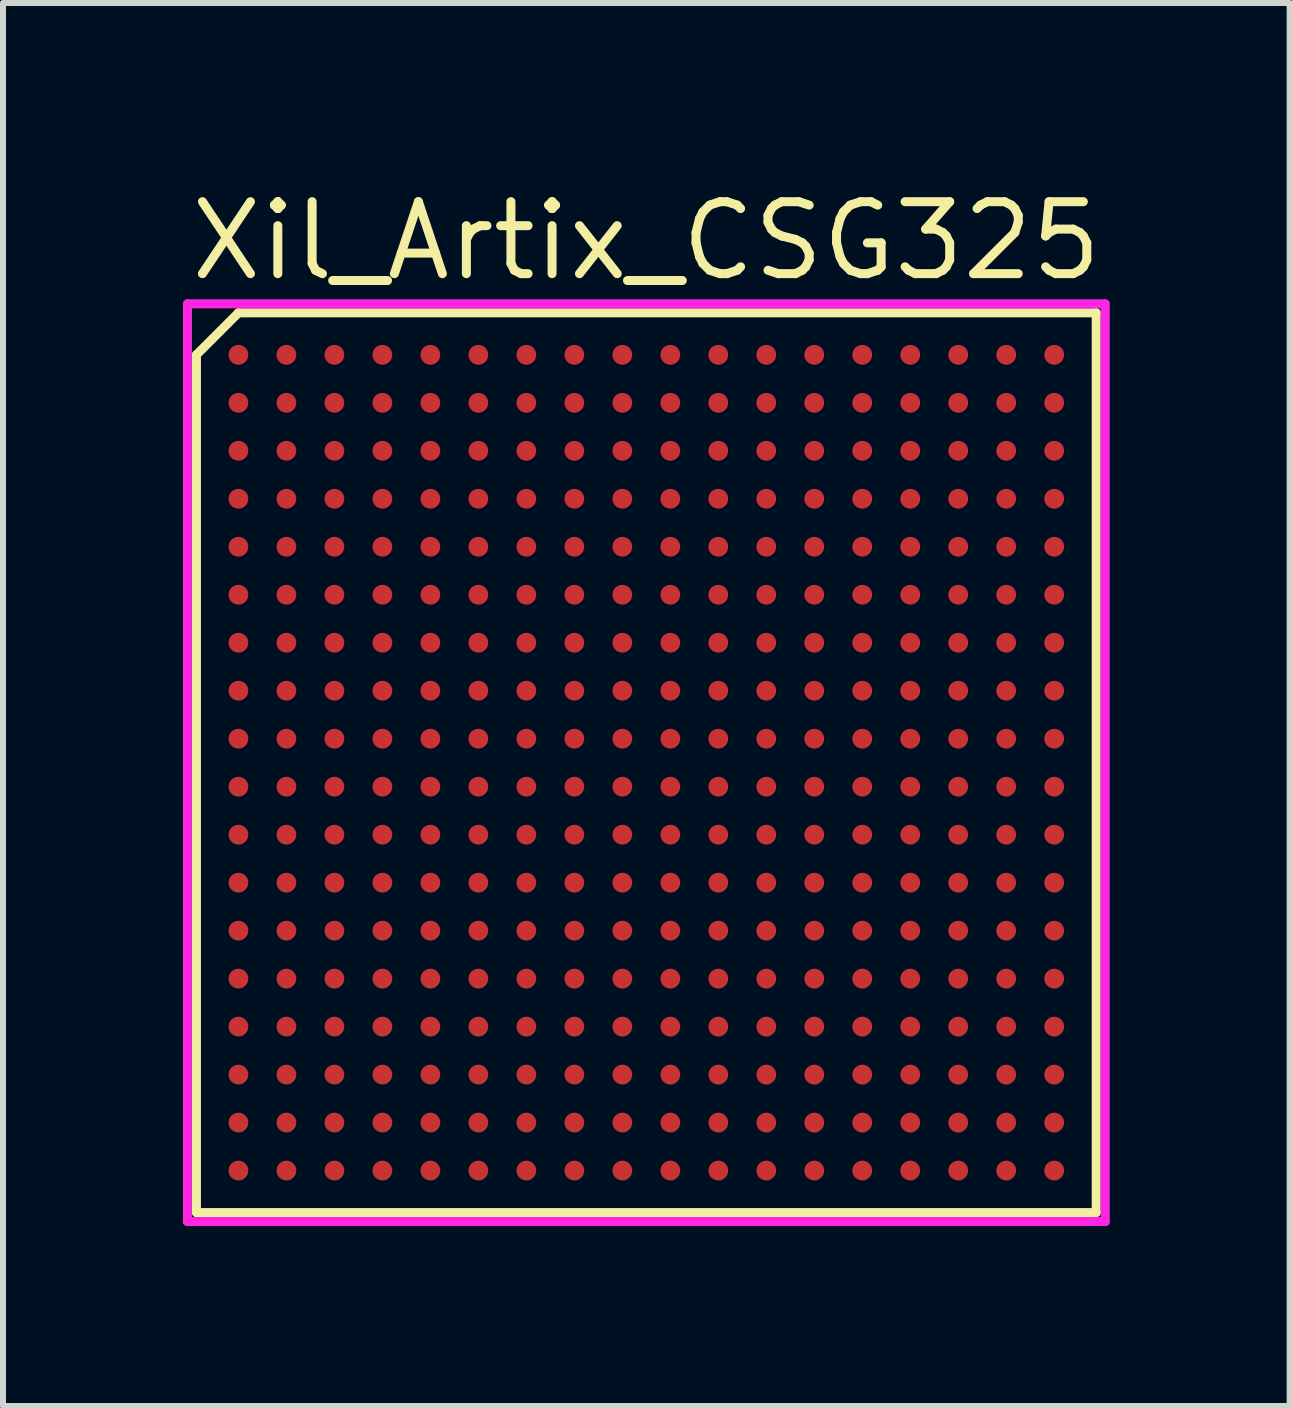
<source format=kicad_pcb>
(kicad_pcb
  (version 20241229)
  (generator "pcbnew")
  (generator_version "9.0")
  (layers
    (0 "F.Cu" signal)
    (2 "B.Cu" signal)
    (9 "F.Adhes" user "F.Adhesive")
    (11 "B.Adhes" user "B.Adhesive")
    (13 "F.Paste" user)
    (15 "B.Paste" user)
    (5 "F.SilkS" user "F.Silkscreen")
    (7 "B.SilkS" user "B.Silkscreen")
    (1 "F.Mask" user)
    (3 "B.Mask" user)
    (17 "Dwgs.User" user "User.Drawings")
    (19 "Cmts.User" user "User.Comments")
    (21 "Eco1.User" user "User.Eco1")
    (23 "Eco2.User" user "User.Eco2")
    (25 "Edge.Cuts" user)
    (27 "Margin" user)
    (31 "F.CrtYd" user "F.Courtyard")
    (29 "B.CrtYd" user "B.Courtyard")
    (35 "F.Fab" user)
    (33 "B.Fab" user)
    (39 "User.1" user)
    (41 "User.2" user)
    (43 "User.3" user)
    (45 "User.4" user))
  (footprint "Xil_Artix_CSG325"
    (layer "F.Cu")
    (at 7.725 9.665)
    (property "Reference" "Xil_Artix_CSG325" (at 0 -8.7 0) (layer "F.SilkS") (effects (font (size 1.2 1.2) (thickness 0.15))))
    (attr through_hole)
    (fp_line (start -7.5 -6.8) (end -7.5 7.5) (stroke (width 0.15) (type solid)) (layer "F.SilkS"))
    (fp_line (start -7.5 7.5) (end 7.5 7.5) (stroke (width 0.15) (type solid)) (layer "F.SilkS"))
    (fp_line (start -6.8 -7.5) (end -7.5 -6.8) (stroke (width 0.15) (type solid)) (layer "F.SilkS"))
    (fp_line (start 7.5 -7.5) (end -6.8 -7.5) (stroke (width 0.15) (type solid)) (layer "F.SilkS"))
    (fp_line (start 7.5 7.5) (end 7.5 -7.5) (stroke (width 0.15) (type solid)) (layer "F.SilkS"))
    (fp_line (start -7.65 -7.65) (end 7.65 -7.65) (stroke (width 0.15) (type solid)) (layer "F.CrtYd"))
    (fp_line (start -7.65 7.65) (end -7.65 -7.65) (stroke (width 0.15) (type solid)) (layer "F.CrtYd"))
    (fp_line (start 7.65 -7.65) (end 7.65 7.65) (stroke (width 0.15) (type solid)) (layer "F.CrtYd"))
    (fp_line (start 7.65 7.65) (end -7.65 7.65) (stroke (width 0.15) (type solid)) (layer "F.CrtYd"))
    (pad "A1" smd circle (at -6.8 -6.8) (size 0.33 0.33) (layers "F.Cu" "F.Mask" "F.Paste"))
    (pad "A2" smd circle (at -6 -6.8) (size 0.33 0.33) (layers "F.Cu" "F.Mask" "F.Paste"))
    (pad "A3" smd circle (at -5.2 -6.8) (size 0.33 0.33) (layers "F.Cu" "F.Mask" "F.Paste"))
    (pad "A4" smd circle (at -4.4 -6.8) (size 0.33 0.33) (layers "F.Cu" "F.Mask" "F.Paste"))
    (pad "A5" smd circle (at -3.6 -6.8) (size 0.33 0.33) (layers "F.Cu" "F.Mask" "F.Paste"))
    (pad "A6" smd circle (at -2.8 -6.8) (size 0.33 0.33) (layers "F.Cu" "F.Mask" "F.Paste"))
    (pad "A7" smd circle (at -2 -6.8) (size 0.33 0.33) (layers "F.Cu" "F.Mask" "F.Paste"))
    (pad "A8" smd circle (at -1.2 -6.8) (size 0.33 0.33) (layers "F.Cu" "F.Mask" "F.Paste"))
    (pad "A9" smd circle (at -0.4 -6.8) (size 0.33 0.33) (layers "F.Cu" "F.Mask" "F.Paste"))
    (pad "A10" smd circle (at 0.4 -6.8) (size 0.33 0.33) (layers "F.Cu" "F.Mask" "F.Paste"))
    (pad "A11" smd circle (at 1.2 -6.8) (size 0.33 0.33) (layers "F.Cu" "F.Mask" "F.Paste"))
    (pad "A12" smd circle (at 2 -6.8) (size 0.33 0.33) (layers "F.Cu" "F.Mask" "F.Paste"))
    (pad "A13" smd circle (at 2.8 -6.8) (size 0.33 0.33) (layers "F.Cu" "F.Mask" "F.Paste"))
    (pad "A14" smd circle (at 3.6 -6.8) (size 0.33 0.33) (layers "F.Cu" "F.Mask" "F.Paste"))
    (pad "A15" smd circle (at 4.4 -6.8) (size 0.33 0.33) (layers "F.Cu" "F.Mask" "F.Paste"))
    (pad "A16" smd circle (at 5.2 -6.8) (size 0.33 0.33) (layers "F.Cu" "F.Mask" "F.Paste"))
    (pad "A17" smd circle (at 6 -6.8) (size 0.33 0.33) (layers "F.Cu" "F.Mask" "F.Paste"))
    (pad "A18" smd circle (at 6.8 -6.8) (size 0.33 0.33) (layers "F.Cu" "F.Mask" "F.Paste"))
    (pad "B1" smd circle (at -6.8 -6) (size 0.33 0.33) (layers "F.Cu" "F.Mask" "F.Paste"))
    (pad "B2" smd circle (at -6 -6) (size 0.33 0.33) (layers "F.Cu" "F.Mask" "F.Paste"))
    (pad "B3" smd circle (at -5.2 -6) (size 0.33 0.33) (layers "F.Cu" "F.Mask" "F.Paste"))
    (pad "B4" smd circle (at -4.4 -6) (size 0.33 0.33) (layers "F.Cu" "F.Mask" "F.Paste"))
    (pad "B5" smd circle (at -3.6 -6) (size 0.33 0.33) (layers "F.Cu" "F.Mask" "F.Paste"))
    (pad "B6" smd circle (at -2.8 -6) (size 0.33 0.33) (layers "F.Cu" "F.Mask" "F.Paste"))
    (pad "B7" smd circle (at -2 -6) (size 0.33 0.33) (layers "F.Cu" "F.Mask" "F.Paste"))
    (pad "B8" smd circle (at -1.2 -6) (size 0.33 0.33) (layers "F.Cu" "F.Mask" "F.Paste"))
    (pad "B9" smd circle (at -0.4 -6) (size 0.33 0.33) (layers "F.Cu" "F.Mask" "F.Paste"))
    (pad "B10" smd circle (at 0.4 -6) (size 0.33 0.33) (layers "F.Cu" "F.Mask" "F.Paste"))
    (pad "B11" smd circle (at 1.2 -6) (size 0.33 0.33) (layers "F.Cu" "F.Mask" "F.Paste"))
    (pad "B12" smd circle (at 2 -6) (size 0.33 0.33) (layers "F.Cu" "F.Mask" "F.Paste"))
    (pad "B13" smd circle (at 2.8 -6) (size 0.33 0.33) (layers "F.Cu" "F.Mask" "F.Paste"))
    (pad "B14" smd circle (at 3.6 -6) (size 0.33 0.33) (layers "F.Cu" "F.Mask" "F.Paste"))
    (pad "B15" smd circle (at 4.4 -6) (size 0.33 0.33) (layers "F.Cu" "F.Mask" "F.Paste"))
    (pad "B16" smd circle (at 5.2 -6) (size 0.33 0.33) (layers "F.Cu" "F.Mask" "F.Paste"))
    (pad "B17" smd circle (at 6 -6) (size 0.33 0.33) (layers "F.Cu" "F.Mask" "F.Paste"))
    (pad "B18" smd circle (at 6.8 -6) (size 0.33 0.33) (layers "F.Cu" "F.Mask" "F.Paste"))
    (pad "C1" smd circle (at -6.8 -5.2) (size 0.33 0.33) (layers "F.Cu" "F.Mask" "F.Paste"))
    (pad "C2" smd circle (at -6 -5.2) (size 0.33 0.33) (layers "F.Cu" "F.Mask" "F.Paste"))
    (pad "C3" smd circle (at -5.2 -5.2) (size 0.33 0.33) (layers "F.Cu" "F.Mask" "F.Paste"))
    (pad "C4" smd circle (at -4.4 -5.2) (size 0.33 0.33) (layers "F.Cu" "F.Mask" "F.Paste"))
    (pad "C5" smd circle (at -3.6 -5.2) (size 0.33 0.33) (layers "F.Cu" "F.Mask" "F.Paste"))
    (pad "C6" smd circle (at -2.8 -5.2) (size 0.33 0.33) (layers "F.Cu" "F.Mask" "F.Paste"))
    (pad "C7" smd circle (at -2 -5.2) (size 0.33 0.33) (layers "F.Cu" "F.Mask" "F.Paste"))
    (pad "C8" smd circle (at -1.2 -5.2) (size 0.33 0.33) (layers "F.Cu" "F.Mask" "F.Paste"))
    (pad "C9" smd circle (at -0.4 -5.2) (size 0.33 0.33) (layers "F.Cu" "F.Mask" "F.Paste"))
    (pad "C10" smd circle (at 0.4 -5.2) (size 0.33 0.33) (layers "F.Cu" "F.Mask" "F.Paste"))
    (pad "C11" smd circle (at 1.2 -5.2) (size 0.33 0.33) (layers "F.Cu" "F.Mask" "F.Paste"))
    (pad "C12" smd circle (at 2 -5.2) (size 0.33 0.33) (layers "F.Cu" "F.Mask" "F.Paste"))
    (pad "C13" smd circle (at 2.8 -5.2) (size 0.33 0.33) (layers "F.Cu" "F.Mask" "F.Paste"))
    (pad "C14" smd circle (at 3.6 -5.2) (size 0.33 0.33) (layers "F.Cu" "F.Mask" "F.Paste"))
    (pad "C15" smd circle (at 4.4 -5.2) (size 0.33 0.33) (layers "F.Cu" "F.Mask" "F.Paste"))
    (pad "C16" smd circle (at 5.2 -5.2) (size 0.33 0.33) (layers "F.Cu" "F.Mask" "F.Paste"))
    (pad "C17" smd circle (at 6 -5.2) (size 0.33 0.33) (layers "F.Cu" "F.Mask" "F.Paste"))
    (pad "C18" smd circle (at 6.8 -5.2) (size 0.33 0.33) (layers "F.Cu" "F.Mask" "F.Paste"))
    (pad "D1" smd circle (at -6.8 -4.4) (size 0.33 0.33) (layers "F.Cu" "F.Mask" "F.Paste"))
    (pad "D2" smd circle (at -6 -4.4) (size 0.33 0.33) (layers "F.Cu" "F.Mask" "F.Paste"))
    (pad "D3" smd circle (at -5.2 -4.4) (size 0.33 0.33) (layers "F.Cu" "F.Mask" "F.Paste"))
    (pad "D4" smd circle (at -4.4 -4.4) (size 0.33 0.33) (layers "F.Cu" "F.Mask" "F.Paste"))
    (pad "D5" smd circle (at -3.6 -4.4) (size 0.33 0.33) (layers "F.Cu" "F.Mask" "F.Paste"))
    (pad "D6" smd circle (at -2.8 -4.4) (size 0.33 0.33) (layers "F.Cu" "F.Mask" "F.Paste"))
    (pad "D7" smd circle (at -2 -4.4) (size 0.33 0.33) (layers "F.Cu" "F.Mask" "F.Paste"))
    (pad "D8" smd circle (at -1.2 -4.4) (size 0.33 0.33) (layers "F.Cu" "F.Mask" "F.Paste"))
    (pad "D9" smd circle (at -0.4 -4.4) (size 0.33 0.33) (layers "F.Cu" "F.Mask" "F.Paste"))
    (pad "D10" smd circle (at 0.4 -4.4) (size 0.33 0.33) (layers "F.Cu" "F.Mask" "F.Paste"))
    (pad "D11" smd circle (at 1.2 -4.4) (size 0.33 0.33) (layers "F.Cu" "F.Mask" "F.Paste"))
    (pad "D12" smd circle (at 2 -4.4) (size 0.33 0.33) (layers "F.Cu" "F.Mask" "F.Paste"))
    (pad "D13" smd circle (at 2.8 -4.4) (size 0.33 0.33) (layers "F.Cu" "F.Mask" "F.Paste"))
    (pad "D14" smd circle (at 3.6 -4.4) (size 0.33 0.33) (layers "F.Cu" "F.Mask" "F.Paste"))
    (pad "D15" smd circle (at 4.4 -4.4) (size 0.33 0.33) (layers "F.Cu" "F.Mask" "F.Paste"))
    (pad "D16" smd circle (at 5.2 -4.4) (size 0.33 0.33) (layers "F.Cu" "F.Mask" "F.Paste"))
    (pad "D17" smd circle (at 6 -4.4) (size 0.33 0.33) (layers "F.Cu" "F.Mask" "F.Paste"))
    (pad "D18" smd circle (at 6.8 -4.4) (size 0.33 0.33) (layers "F.Cu" "F.Mask" "F.Paste"))
    (pad "E1" smd circle (at -6.8 -3.6) (size 0.33 0.33) (layers "F.Cu" "F.Mask" "F.Paste"))
    (pad "E2" smd circle (at -6 -3.6) (size 0.33 0.33) (layers "F.Cu" "F.Mask" "F.Paste"))
    (pad "E3" smd circle (at -5.2 -3.6) (size 0.33 0.33) (layers "F.Cu" "F.Mask" "F.Paste"))
    (pad "E4" smd circle (at -4.4 -3.6) (size 0.33 0.33) (layers "F.Cu" "F.Mask" "F.Paste"))
    (pad "E5" smd circle (at -3.6 -3.6) (size 0.33 0.33) (layers "F.Cu" "F.Mask" "F.Paste"))
    (pad "E6" smd circle (at -2.8 -3.6) (size 0.33 0.33) (layers "F.Cu" "F.Mask" "F.Paste"))
    (pad "E7" smd circle (at -2 -3.6) (size 0.33 0.33) (layers "F.Cu" "F.Mask" "F.Paste"))
    (pad "E8" smd circle (at -1.2 -3.6) (size 0.33 0.33) (layers "F.Cu" "F.Mask" "F.Paste"))
    (pad "E9" smd circle (at -0.4 -3.6) (size 0.33 0.33) (layers "F.Cu" "F.Mask" "F.Paste"))
    (pad "E10" smd circle (at 0.4 -3.6) (size 0.33 0.33) (layers "F.Cu" "F.Mask" "F.Paste"))
    (pad "E11" smd circle (at 1.2 -3.6) (size 0.33 0.33) (layers "F.Cu" "F.Mask" "F.Paste"))
    (pad "E12" smd circle (at 2 -3.6) (size 0.33 0.33) (layers "F.Cu" "F.Mask" "F.Paste"))
    (pad "E13" smd circle (at 2.8 -3.6) (size 0.33 0.33) (layers "F.Cu" "F.Mask" "F.Paste"))
    (pad "E14" smd circle (at 3.6 -3.6) (size 0.33 0.33) (layers "F.Cu" "F.Mask" "F.Paste"))
    (pad "E15" smd circle (at 4.4 -3.6) (size 0.33 0.33) (layers "F.Cu" "F.Mask" "F.Paste"))
    (pad "E16" smd circle (at 5.2 -3.6) (size 0.33 0.33) (layers "F.Cu" "F.Mask" "F.Paste"))
    (pad "E17" smd circle (at 6 -3.6) (size 0.33 0.33) (layers "F.Cu" "F.Mask" "F.Paste"))
    (pad "E18" smd circle (at 6.8 -3.6) (size 0.33 0.33) (layers "F.Cu" "F.Mask" "F.Paste"))
    (pad "F1" smd circle (at -6.8 -2.8) (size 0.33 0.33) (layers "F.Cu" "F.Mask" "F.Paste"))
    (pad "F2" smd circle (at -6 -2.8) (size 0.33 0.33) (layers "F.Cu" "F.Mask" "F.Paste"))
    (pad "F3" smd circle (at -5.2 -2.8) (size 0.33 0.33) (layers "F.Cu" "F.Mask" "F.Paste"))
    (pad "F4" smd circle (at -4.4 -2.8) (size 0.33 0.33) (layers "F.Cu" "F.Mask" "F.Paste"))
    (pad "F5" smd circle (at -3.6 -2.8) (size 0.33 0.33) (layers "F.Cu" "F.Mask" "F.Paste"))
    (pad "F6" smd circle (at -2.8 -2.8) (size 0.33 0.33) (layers "F.Cu" "F.Mask" "F.Paste"))
    (pad "F7" smd circle (at -2 -2.8) (size 0.33 0.33) (layers "F.Cu" "F.Mask" "F.Paste"))
    (pad "F8" smd circle (at -1.2 -2.8) (size 0.33 0.33) (layers "F.Cu" "F.Mask" "F.Paste"))
    (pad "F9" smd circle (at -0.4 -2.8) (size 0.33 0.33) (layers "F.Cu" "F.Mask" "F.Paste"))
    (pad "F10" smd circle (at 0.4 -2.8) (size 0.33 0.33) (layers "F.Cu" "F.Mask" "F.Paste"))
    (pad "F11" smd circle (at 1.2 -2.8) (size 0.33 0.33) (layers "F.Cu" "F.Mask" "F.Paste"))
    (pad "F12" smd circle (at 2 -2.8) (size 0.33 0.33) (layers "F.Cu" "F.Mask" "F.Paste"))
    (pad "F13" smd circle (at 2.8 -2.8) (size 0.33 0.33) (layers "F.Cu" "F.Mask" "F.Paste"))
    (pad "F14" smd circle (at 3.6 -2.8) (size 0.33 0.33) (layers "F.Cu" "F.Mask" "F.Paste"))
    (pad "F15" smd circle (at 4.4 -2.8) (size 0.33 0.33) (layers "F.Cu" "F.Mask" "F.Paste"))
    (pad "F16" smd circle (at 5.2 -2.8) (size 0.33 0.33) (layers "F.Cu" "F.Mask" "F.Paste"))
    (pad "F17" smd circle (at 6 -2.8) (size 0.33 0.33) (layers "F.Cu" "F.Mask" "F.Paste"))
    (pad "F18" smd circle (at 6.8 -2.8) (size 0.33 0.33) (layers "F.Cu" "F.Mask" "F.Paste"))
    (pad "G1" smd circle (at -6.8 -2) (size 0.33 0.33) (layers "F.Cu" "F.Mask" "F.Paste"))
    (pad "G2" smd circle (at -6 -2) (size 0.33 0.33) (layers "F.Cu" "F.Mask" "F.Paste"))
    (pad "G3" smd circle (at -5.2 -2) (size 0.33 0.33) (layers "F.Cu" "F.Mask" "F.Paste"))
    (pad "G4" smd circle (at -4.4 -2) (size 0.33 0.33) (layers "F.Cu" "F.Mask" "F.Paste"))
    (pad "G5" smd circle (at -3.6 -2) (size 0.33 0.33) (layers "F.Cu" "F.Mask" "F.Paste"))
    (pad "G6" smd circle (at -2.8 -2) (size 0.33 0.33) (layers "F.Cu" "F.Mask" "F.Paste"))
    (pad "G7" smd circle (at -2 -2) (size 0.33 0.33) (layers "F.Cu" "F.Mask" "F.Paste"))
    (pad "G8" smd circle (at -1.2 -2) (size 0.33 0.33) (layers "F.Cu" "F.Mask" "F.Paste"))
    (pad "G9" smd circle (at -0.4 -2) (size 0.33 0.33) (layers "F.Cu" "F.Mask" "F.Paste"))
    (pad "G10" smd circle (at 0.4 -2) (size 0.33 0.33) (layers "F.Cu" "F.Mask" "F.Paste"))
    (pad "G11" smd circle (at 1.2 -2) (size 0.33 0.33) (layers "F.Cu" "F.Mask" "F.Paste"))
    (pad "G12" smd circle (at 2 -2) (size 0.33 0.33) (layers "F.Cu" "F.Mask" "F.Paste"))
    (pad "G13" smd circle (at 2.8 -2) (size 0.33 0.33) (layers "F.Cu" "F.Mask" "F.Paste"))
    (pad "G14" smd circle (at 3.6 -2) (size 0.33 0.33) (layers "F.Cu" "F.Mask" "F.Paste"))
    (pad "G15" smd circle (at 4.4 -2) (size 0.33 0.33) (layers "F.Cu" "F.Mask" "F.Paste"))
    (pad "G16" smd circle (at 5.2 -2) (size 0.33 0.33) (layers "F.Cu" "F.Mask" "F.Paste"))
    (pad "G17" smd circle (at 6 -2) (size 0.33 0.33) (layers "F.Cu" "F.Mask" "F.Paste"))
    (pad "G18" smd circle (at 6.8 -2) (size 0.33 0.33) (layers "F.Cu" "F.Mask" "F.Paste"))
    (pad "H1" smd circle (at -6.8 -1.2) (size 0.33 0.33) (layers "F.Cu" "F.Mask" "F.Paste"))
    (pad "H2" smd circle (at -6 -1.2) (size 0.33 0.33) (layers "F.Cu" "F.Mask" "F.Paste"))
    (pad "H3" smd circle (at -5.2 -1.2) (size 0.33 0.33) (layers "F.Cu" "F.Mask" "F.Paste"))
    (pad "H4" smd circle (at -4.4 -1.2) (size 0.33 0.33) (layers "F.Cu" "F.Mask" "F.Paste"))
    (pad "H5" smd circle (at -3.6 -1.2) (size 0.33 0.33) (layers "F.Cu" "F.Mask" "F.Paste"))
    (pad "H6" smd circle (at -2.8 -1.2) (size 0.33 0.33) (layers "F.Cu" "F.Mask" "F.Paste"))
    (pad "H7" smd circle (at -2 -1.2) (size 0.33 0.33) (layers "F.Cu" "F.Mask" "F.Paste"))
    (pad "H8" smd circle (at -1.2 -1.2) (size 0.33 0.33) (layers "F.Cu" "F.Mask" "F.Paste"))
    (pad "H9" smd circle (at -0.4 -1.2) (size 0.33 0.33) (layers "F.Cu" "F.Mask" "F.Paste"))
    (pad "H10" smd circle (at 0.4 -1.2) (size 0.33 0.33) (layers "F.Cu" "F.Mask" "F.Paste"))
    (pad "H11" smd circle (at 1.2 -1.2) (size 0.33 0.33) (layers "F.Cu" "F.Mask" "F.Paste"))
    (pad "H12" smd circle (at 2 -1.2) (size 0.33 0.33) (layers "F.Cu" "F.Mask" "F.Paste"))
    (pad "H13" smd circle (at 2.8 -1.2) (size 0.33 0.33) (layers "F.Cu" "F.Mask" "F.Paste"))
    (pad "H14" smd circle (at 3.6 -1.2) (size 0.33 0.33) (layers "F.Cu" "F.Mask" "F.Paste"))
    (pad "H15" smd circle (at 4.4 -1.2) (size 0.33 0.33) (layers "F.Cu" "F.Mask" "F.Paste"))
    (pad "H16" smd circle (at 5.2 -1.2) (size 0.33 0.33) (layers "F.Cu" "F.Mask" "F.Paste"))
    (pad "H17" smd circle (at 6 -1.2) (size 0.33 0.33) (layers "F.Cu" "F.Mask" "F.Paste"))
    (pad "H18" smd circle (at 6.8 -1.2) (size 0.33 0.33) (layers "F.Cu" "F.Mask" "F.Paste"))
    (pad "J1" smd circle (at -6.8 -0.4) (size 0.33 0.33) (layers "F.Cu" "F.Mask" "F.Paste"))
    (pad "J2" smd circle (at -6 -0.4) (size 0.33 0.33) (layers "F.Cu" "F.Mask" "F.Paste"))
    (pad "J3" smd circle (at -5.2 -0.4) (size 0.33 0.33) (layers "F.Cu" "F.Mask" "F.Paste"))
    (pad "J4" smd circle (at -4.4 -0.4) (size 0.33 0.33) (layers "F.Cu" "F.Mask" "F.Paste"))
    (pad "J5" smd circle (at -3.6 -0.4) (size 0.33 0.33) (layers "F.Cu" "F.Mask" "F.Paste"))
    (pad "J6" smd circle (at -2.8 -0.4) (size 0.33 0.33) (layers "F.Cu" "F.Mask" "F.Paste"))
    (pad "J7" smd circle (at -2 -0.4) (size 0.33 0.33) (layers "F.Cu" "F.Mask" "F.Paste"))
    (pad "J8" smd circle (at -1.2 -0.4) (size 0.33 0.33) (layers "F.Cu" "F.Mask" "F.Paste"))
    (pad "J9" smd circle (at -0.4 -0.4) (size 0.33 0.33) (layers "F.Cu" "F.Mask" "F.Paste"))
    (pad "J10" smd circle (at 0.4 -0.4) (size 0.33 0.33) (layers "F.Cu" "F.Mask" "F.Paste"))
    (pad "J11" smd circle (at 1.2 -0.4) (size 0.33 0.33) (layers "F.Cu" "F.Mask" "F.Paste"))
    (pad "J12" smd circle (at 2 -0.4) (size 0.33 0.33) (layers "F.Cu" "F.Mask" "F.Paste"))
    (pad "J13" smd circle (at 2.8 -0.4) (size 0.33 0.33) (layers "F.Cu" "F.Mask" "F.Paste"))
    (pad "J14" smd circle (at 3.6 -0.4) (size 0.33 0.33) (layers "F.Cu" "F.Mask" "F.Paste"))
    (pad "J15" smd circle (at 4.4 -0.4) (size 0.33 0.33) (layers "F.Cu" "F.Mask" "F.Paste"))
    (pad "J16" smd circle (at 5.2 -0.4) (size 0.33 0.33) (layers "F.Cu" "F.Mask" "F.Paste"))
    (pad "J17" smd circle (at 6 -0.4) (size 0.33 0.33) (layers "F.Cu" "F.Mask" "F.Paste"))
    (pad "J18" smd circle (at 6.8 -0.4) (size 0.33 0.33) (layers "F.Cu" "F.Mask" "F.Paste"))
    (pad "K1" smd circle (at -6.8 0.4) (size 0.33 0.33) (layers "F.Cu" "F.Mask" "F.Paste"))
    (pad "K2" smd circle (at -6 0.4) (size 0.33 0.33) (layers "F.Cu" "F.Mask" "F.Paste"))
    (pad "K3" smd circle (at -5.2 0.4) (size 0.33 0.33) (layers "F.Cu" "F.Mask" "F.Paste"))
    (pad "K4" smd circle (at -4.4 0.4) (size 0.33 0.33) (layers "F.Cu" "F.Mask" "F.Paste"))
    (pad "K5" smd circle (at -3.6 0.4) (size 0.33 0.33) (layers "F.Cu" "F.Mask" "F.Paste"))
    (pad "K6" smd circle (at -2.8 0.4) (size 0.33 0.33) (layers "F.Cu" "F.Mask" "F.Paste"))
    (pad "K7" smd circle (at -2 0.4) (size 0.33 0.33) (layers "F.Cu" "F.Mask" "F.Paste"))
    (pad "K8" smd circle (at -1.2 0.4) (size 0.33 0.33) (layers "F.Cu" "F.Mask" "F.Paste"))
    (pad "K9" smd circle (at -0.4 0.4) (size 0.33 0.33) (layers "F.Cu" "F.Mask" "F.Paste"))
    (pad "K10" smd circle (at 0.4 0.4) (size 0.33 0.33) (layers "F.Cu" "F.Mask" "F.Paste"))
    (pad "K11" smd circle (at 1.2 0.4) (size 0.33 0.33) (layers "F.Cu" "F.Mask" "F.Paste"))
    (pad "K12" smd circle (at 2 0.4) (size 0.33 0.33) (layers "F.Cu" "F.Mask" "F.Paste"))
    (pad "K13" smd circle (at 2.8 0.4) (size 0.33 0.33) (layers "F.Cu" "F.Mask" "F.Paste"))
    (pad "K14" smd circle (at 3.6 0.4) (size 0.33 0.33) (layers "F.Cu" "F.Mask" "F.Paste"))
    (pad "K15" smd circle (at 4.4 0.4) (size 0.33 0.33) (layers "F.Cu" "F.Mask" "F.Paste"))
    (pad "K16" smd circle (at 5.2 0.4) (size 0.33 0.33) (layers "F.Cu" "F.Mask" "F.Paste"))
    (pad "K17" smd circle (at 6 0.4) (size 0.33 0.33) (layers "F.Cu" "F.Mask" "F.Paste"))
    (pad "K18" smd circle (at 6.8 0.4) (size 0.33 0.33) (layers "F.Cu" "F.Mask" "F.Paste"))
    (pad "L1" smd circle (at -6.8 1.2) (size 0.33 0.33) (layers "F.Cu" "F.Mask" "F.Paste"))
    (pad "L2" smd circle (at -6 1.2) (size 0.33 0.33) (layers "F.Cu" "F.Mask" "F.Paste"))
    (pad "L3" smd circle (at -5.2 1.2) (size 0.33 0.33) (layers "F.Cu" "F.Mask" "F.Paste"))
    (pad "L4" smd circle (at -4.4 1.2) (size 0.33 0.33) (layers "F.Cu" "F.Mask" "F.Paste"))
    (pad "L5" smd circle (at -3.6 1.2) (size 0.33 0.33) (layers "F.Cu" "F.Mask" "F.Paste"))
    (pad "L6" smd circle (at -2.8 1.2) (size 0.33 0.33) (layers "F.Cu" "F.Mask" "F.Paste"))
    (pad "L7" smd circle (at -2 1.2) (size 0.33 0.33) (layers "F.Cu" "F.Mask" "F.Paste"))
    (pad "L8" smd circle (at -1.2 1.2) (size 0.33 0.33) (layers "F.Cu" "F.Mask" "F.Paste"))
    (pad "L9" smd circle (at -0.4 1.2) (size 0.33 0.33) (layers "F.Cu" "F.Mask" "F.Paste"))
    (pad "L10" smd circle (at 0.4 1.2) (size 0.33 0.33) (layers "F.Cu" "F.Mask" "F.Paste"))
    (pad "L11" smd circle (at 1.2 1.2) (size 0.33 0.33) (layers "F.Cu" "F.Mask" "F.Paste"))
    (pad "L12" smd circle (at 2 1.2) (size 0.33 0.33) (layers "F.Cu" "F.Mask" "F.Paste"))
    (pad "L13" smd circle (at 2.8 1.2) (size 0.33 0.33) (layers "F.Cu" "F.Mask" "F.Paste"))
    (pad "L14" smd circle (at 3.6 1.2) (size 0.33 0.33) (layers "F.Cu" "F.Mask" "F.Paste"))
    (pad "L15" smd circle (at 4.4 1.2) (size 0.33 0.33) (layers "F.Cu" "F.Mask" "F.Paste"))
    (pad "L16" smd circle (at 5.2 1.2) (size 0.33 0.33) (layers "F.Cu" "F.Mask" "F.Paste"))
    (pad "L17" smd circle (at 6 1.2) (size 0.33 0.33) (layers "F.Cu" "F.Mask" "F.Paste"))
    (pad "L18" smd circle (at 6.8 1.2) (size 0.33 0.33) (layers "F.Cu" "F.Mask" "F.Paste"))
    (pad "M1" smd circle (at -6.8 2) (size 0.33 0.33) (layers "F.Cu" "F.Mask" "F.Paste"))
    (pad "M2" smd circle (at -6 2) (size 0.33 0.33) (layers "F.Cu" "F.Mask" "F.Paste"))
    (pad "M3" smd circle (at -5.2 2) (size 0.33 0.33) (layers "F.Cu" "F.Mask" "F.Paste"))
    (pad "M4" smd circle (at -4.4 2) (size 0.33 0.33) (layers "F.Cu" "F.Mask" "F.Paste"))
    (pad "M5" smd circle (at -3.6 2) (size 0.33 0.33) (layers "F.Cu" "F.Mask" "F.Paste"))
    (pad "M6" smd circle (at -2.8 2) (size 0.33 0.33) (layers "F.Cu" "F.Mask" "F.Paste"))
    (pad "M7" smd circle (at -2 2) (size 0.33 0.33) (layers "F.Cu" "F.Mask" "F.Paste"))
    (pad "M8" smd circle (at -1.2 2) (size 0.33 0.33) (layers "F.Cu" "F.Mask" "F.Paste"))
    (pad "M9" smd circle (at -0.4 2) (size 0.33 0.33) (layers "F.Cu" "F.Mask" "F.Paste"))
    (pad "M10" smd circle (at 0.4 2) (size 0.33 0.33) (layers "F.Cu" "F.Mask" "F.Paste"))
    (pad "M11" smd circle (at 1.2 2) (size 0.33 0.33) (layers "F.Cu" "F.Mask" "F.Paste"))
    (pad "M12" smd circle (at 2 2) (size 0.33 0.33) (layers "F.Cu" "F.Mask" "F.Paste"))
    (pad "M13" smd circle (at 2.8 2) (size 0.33 0.33) (layers "F.Cu" "F.Mask" "F.Paste"))
    (pad "M14" smd circle (at 3.6 2) (size 0.33 0.33) (layers "F.Cu" "F.Mask" "F.Paste"))
    (pad "M15" smd circle (at 4.4 2) (size 0.33 0.33) (layers "F.Cu" "F.Mask" "F.Paste"))
    (pad "M16" smd circle (at 5.2 2) (size 0.33 0.33) (layers "F.Cu" "F.Mask" "F.Paste"))
    (pad "M17" smd circle (at 6 2) (size 0.33 0.33) (layers "F.Cu" "F.Mask" "F.Paste"))
    (pad "M18" smd circle (at 6.8 2) (size 0.33 0.33) (layers "F.Cu" "F.Mask" "F.Paste"))
    (pad "N1" smd circle (at -6.8 2.8) (size 0.33 0.33) (layers "F.Cu" "F.Mask" "F.Paste"))
    (pad "N2" smd circle (at -6 2.8) (size 0.33 0.33) (layers "F.Cu" "F.Mask" "F.Paste"))
    (pad "N3" smd circle (at -5.2 2.8) (size 0.33 0.33) (layers "F.Cu" "F.Mask" "F.Paste"))
    (pad "N4" smd circle (at -4.4 2.8) (size 0.33 0.33) (layers "F.Cu" "F.Mask" "F.Paste"))
    (pad "N5" smd circle (at -3.6 2.8) (size 0.33 0.33) (layers "F.Cu" "F.Mask" "F.Paste"))
    (pad "N6" smd circle (at -2.8 2.8) (size 0.33 0.33) (layers "F.Cu" "F.Mask" "F.Paste"))
    (pad "N7" smd circle (at -2 2.8) (size 0.33 0.33) (layers "F.Cu" "F.Mask" "F.Paste"))
    (pad "N8" smd circle (at -1.2 2.8) (size 0.33 0.33) (layers "F.Cu" "F.Mask" "F.Paste"))
    (pad "N9" smd circle (at -0.4 2.8) (size 0.33 0.33) (layers "F.Cu" "F.Mask" "F.Paste"))
    (pad "N10" smd circle (at 0.4 2.8) (size 0.33 0.33) (layers "F.Cu" "F.Mask" "F.Paste"))
    (pad "N11" smd circle (at 1.2 2.8) (size 0.33 0.33) (layers "F.Cu" "F.Mask" "F.Paste"))
    (pad "N12" smd circle (at 2 2.8) (size 0.33 0.33) (layers "F.Cu" "F.Mask" "F.Paste"))
    (pad "N13" smd circle (at 2.8 2.8) (size 0.33 0.33) (layers "F.Cu" "F.Mask" "F.Paste"))
    (pad "N14" smd circle (at 3.6 2.8) (size 0.33 0.33) (layers "F.Cu" "F.Mask" "F.Paste"))
    (pad "N15" smd circle (at 4.4 2.8) (size 0.33 0.33) (layers "F.Cu" "F.Mask" "F.Paste"))
    (pad "N16" smd circle (at 5.2 2.8) (size 0.33 0.33) (layers "F.Cu" "F.Mask" "F.Paste"))
    (pad "N17" smd circle (at 6 2.8) (size 0.33 0.33) (layers "F.Cu" "F.Mask" "F.Paste"))
    (pad "N18" smd circle (at 6.8 2.8) (size 0.33 0.33) (layers "F.Cu" "F.Mask" "F.Paste"))
    (pad "P1" smd circle (at -6.8 3.6) (size 0.33 0.33) (layers "F.Cu" "F.Mask" "F.Paste"))
    (pad "P2" smd circle (at -6 3.6) (size 0.33 0.33) (layers "F.Cu" "F.Mask" "F.Paste"))
    (pad "P3" smd circle (at -5.2 3.6) (size 0.33 0.33) (layers "F.Cu" "F.Mask" "F.Paste"))
    (pad "P4" smd circle (at -4.4 3.6) (size 0.33 0.33) (layers "F.Cu" "F.Mask" "F.Paste"))
    (pad "P5" smd circle (at -3.6 3.6) (size 0.33 0.33) (layers "F.Cu" "F.Mask" "F.Paste"))
    (pad "P6" smd circle (at -2.8 3.6) (size 0.33 0.33) (layers "F.Cu" "F.Mask" "F.Paste"))
    (pad "P7" smd circle (at -2 3.6) (size 0.33 0.33) (layers "F.Cu" "F.Mask" "F.Paste"))
    (pad "P8" smd circle (at -1.2 3.6) (size 0.33 0.33) (layers "F.Cu" "F.Mask" "F.Paste"))
    (pad "P9" smd circle (at -0.4 3.6) (size 0.33 0.33) (layers "F.Cu" "F.Mask" "F.Paste"))
    (pad "P10" smd circle (at 0.4 3.6) (size 0.33 0.33) (layers "F.Cu" "F.Mask" "F.Paste"))
    (pad "P11" smd circle (at 1.2 3.6) (size 0.33 0.33) (layers "F.Cu" "F.Mask" "F.Paste"))
    (pad "P12" smd circle (at 2 3.6) (size 0.33 0.33) (layers "F.Cu" "F.Mask" "F.Paste"))
    (pad "P13" smd circle (at 2.8 3.6) (size 0.33 0.33) (layers "F.Cu" "F.Mask" "F.Paste"))
    (pad "P14" smd circle (at 3.6 3.6) (size 0.33 0.33) (layers "F.Cu" "F.Mask" "F.Paste"))
    (pad "P15" smd circle (at 4.4 3.6) (size 0.33 0.33) (layers "F.Cu" "F.Mask" "F.Paste"))
    (pad "P16" smd circle (at 5.2 3.6) (size 0.33 0.33) (layers "F.Cu" "F.Mask" "F.Paste"))
    (pad "P17" smd circle (at 6 3.6) (size 0.33 0.33) (layers "F.Cu" "F.Mask" "F.Paste"))
    (pad "P18" smd circle (at 6.8 3.6) (size 0.33 0.33) (layers "F.Cu" "F.Mask" "F.Paste"))
    (pad "R1" smd circle (at -6.8 4.4) (size 0.33 0.33) (layers "F.Cu" "F.Mask" "F.Paste"))
    (pad "R2" smd circle (at -6 4.4) (size 0.33 0.33) (layers "F.Cu" "F.Mask" "F.Paste"))
    (pad "R3" smd circle (at -5.2 4.4) (size 0.33 0.33) (layers "F.Cu" "F.Mask" "F.Paste"))
    (pad "R4" smd circle (at -4.4 4.4) (size 0.33 0.33) (layers "F.Cu" "F.Mask" "F.Paste"))
    (pad "R5" smd circle (at -3.6 4.4) (size 0.33 0.33) (layers "F.Cu" "F.Mask" "F.Paste"))
    (pad "R6" smd circle (at -2.8 4.4) (size 0.33 0.33) (layers "F.Cu" "F.Mask" "F.Paste"))
    (pad "R7" smd circle (at -2 4.4) (size 0.33 0.33) (layers "F.Cu" "F.Mask" "F.Paste"))
    (pad "R8" smd circle (at -1.2 4.4) (size 0.33 0.33) (layers "F.Cu" "F.Mask" "F.Paste"))
    (pad "R9" smd circle (at -0.4 4.4) (size 0.33 0.33) (layers "F.Cu" "F.Mask" "F.Paste"))
    (pad "R10" smd circle (at 0.4 4.4) (size 0.33 0.33) (layers "F.Cu" "F.Mask" "F.Paste"))
    (pad "R11" smd circle (at 1.2 4.4) (size 0.33 0.33) (layers "F.Cu" "F.Mask" "F.Paste"))
    (pad "R12" smd circle (at 2 4.4) (size 0.33 0.33) (layers "F.Cu" "F.Mask" "F.Paste"))
    (pad "R13" smd circle (at 2.8 4.4) (size 0.33 0.33) (layers "F.Cu" "F.Mask" "F.Paste"))
    (pad "R14" smd circle (at 3.6 4.4) (size 0.33 0.33) (layers "F.Cu" "F.Mask" "F.Paste"))
    (pad "R15" smd circle (at 4.4 4.4) (size 0.33 0.33) (layers "F.Cu" "F.Mask" "F.Paste"))
    (pad "R16" smd circle (at 5.2 4.4) (size 0.33 0.33) (layers "F.Cu" "F.Mask" "F.Paste"))
    (pad "R17" smd circle (at 6 4.4) (size 0.33 0.33) (layers "F.Cu" "F.Mask" "F.Paste"))
    (pad "R18" smd circle (at 6.8 4.4) (size 0.33 0.33) (layers "F.Cu" "F.Mask" "F.Paste"))
    (pad "T1" smd circle (at -6.8 5.2) (size 0.33 0.33) (layers "F.Cu" "F.Mask" "F.Paste"))
    (pad "T2" smd circle (at -6 5.2) (size 0.33 0.33) (layers "F.Cu" "F.Mask" "F.Paste"))
    (pad "T3" smd circle (at -5.2 5.2) (size 0.33 0.33) (layers "F.Cu" "F.Mask" "F.Paste"))
    (pad "T4" smd circle (at -4.4 5.2) (size 0.33 0.33) (layers "F.Cu" "F.Mask" "F.Paste"))
    (pad "T5" smd circle (at -3.6 5.2) (size 0.33 0.33) (layers "F.Cu" "F.Mask" "F.Paste"))
    (pad "T6" smd circle (at -2.8 5.2) (size 0.33 0.33) (layers "F.Cu" "F.Mask" "F.Paste"))
    (pad "T7" smd circle (at -2 5.2) (size 0.33 0.33) (layers "F.Cu" "F.Mask" "F.Paste"))
    (pad "T8" smd circle (at -1.2 5.2) (size 0.33 0.33) (layers "F.Cu" "F.Mask" "F.Paste"))
    (pad "T9" smd circle (at -0.4 5.2) (size 0.33 0.33) (layers "F.Cu" "F.Mask" "F.Paste"))
    (pad "T10" smd circle (at 0.4 5.2) (size 0.33 0.33) (layers "F.Cu" "F.Mask" "F.Paste"))
    (pad "T11" smd circle (at 1.2 5.2) (size 0.33 0.33) (layers "F.Cu" "F.Mask" "F.Paste"))
    (pad "T12" smd circle (at 2 5.2) (size 0.33 0.33) (layers "F.Cu" "F.Mask" "F.Paste"))
    (pad "T13" smd circle (at 2.8 5.2) (size 0.33 0.33) (layers "F.Cu" "F.Mask" "F.Paste"))
    (pad "T14" smd circle (at 3.6 5.2) (size 0.33 0.33) (layers "F.Cu" "F.Mask" "F.Paste"))
    (pad "T15" smd circle (at 4.4 5.2) (size 0.33 0.33) (layers "F.Cu" "F.Mask" "F.Paste"))
    (pad "T16" smd circle (at 5.2 5.2) (size 0.33 0.33) (layers "F.Cu" "F.Mask" "F.Paste"))
    (pad "T17" smd circle (at 6 5.2) (size 0.33 0.33) (layers "F.Cu" "F.Mask" "F.Paste"))
    (pad "T18" smd circle (at 6.8 5.2) (size 0.33 0.33) (layers "F.Cu" "F.Mask" "F.Paste"))
    (pad "U1" smd circle (at -6.8 6) (size 0.33 0.33) (layers "F.Cu" "F.Mask" "F.Paste"))
    (pad "U2" smd circle (at -6 6) (size 0.33 0.33) (layers "F.Cu" "F.Mask" "F.Paste"))
    (pad "U3" smd circle (at -5.2 6) (size 0.33 0.33) (layers "F.Cu" "F.Mask" "F.Paste"))
    (pad "U4" smd circle (at -4.4 6) (size 0.33 0.33) (layers "F.Cu" "F.Mask" "F.Paste"))
    (pad "U5" smd circle (at -3.6 6) (size 0.33 0.33) (layers "F.Cu" "F.Mask" "F.Paste"))
    (pad "U6" smd circle (at -2.8 6) (size 0.33 0.33) (layers "F.Cu" "F.Mask" "F.Paste"))
    (pad "U7" smd circle (at -2 6) (size 0.33 0.33) (layers "F.Cu" "F.Mask" "F.Paste"))
    (pad "U8" smd circle (at -1.2 6) (size 0.33 0.33) (layers "F.Cu" "F.Mask" "F.Paste"))
    (pad "U9" smd circle (at -0.4 6) (size 0.33 0.33) (layers "F.Cu" "F.Mask" "F.Paste"))
    (pad "U10" smd circle (at 0.4 6) (size 0.33 0.33) (layers "F.Cu" "F.Mask" "F.Paste"))
    (pad "U11" smd circle (at 1.2 6) (size 0.33 0.33) (layers "F.Cu" "F.Mask" "F.Paste"))
    (pad "U12" smd circle (at 2 6) (size 0.33 0.33) (layers "F.Cu" "F.Mask" "F.Paste"))
    (pad "U13" smd circle (at 2.8 6) (size 0.33 0.33) (layers "F.Cu" "F.Mask" "F.Paste"))
    (pad "U14" smd circle (at 3.6 6) (size 0.33 0.33) (layers "F.Cu" "F.Mask" "F.Paste"))
    (pad "U15" smd circle (at 4.4 6) (size 0.33 0.33) (layers "F.Cu" "F.Mask" "F.Paste"))
    (pad "U16" smd circle (at 5.2 6) (size 0.33 0.33) (layers "F.Cu" "F.Mask" "F.Paste"))
    (pad "U17" smd circle (at 6 6) (size 0.33 0.33) (layers "F.Cu" "F.Mask" "F.Paste"))
    (pad "U18" smd circle (at 6.8 6) (size 0.33 0.33) (layers "F.Cu" "F.Mask" "F.Paste"))
    (pad "V1" smd circle (at -6.8 6.8) (size 0.33 0.33) (layers "F.Cu" "F.Mask" "F.Paste"))
    (pad "V2" smd circle (at -6 6.8) (size 0.33 0.33) (layers "F.Cu" "F.Mask" "F.Paste"))
    (pad "V3" smd circle (at -5.2 6.8) (size 0.33 0.33) (layers "F.Cu" "F.Mask" "F.Paste"))
    (pad "V4" smd circle (at -4.4 6.8) (size 0.33 0.33) (layers "F.Cu" "F.Mask" "F.Paste"))
    (pad "V5" smd circle (at -3.6 6.8) (size 0.33 0.33) (layers "F.Cu" "F.Mask" "F.Paste"))
    (pad "V6" smd circle (at -2.8 6.8) (size 0.33 0.33) (layers "F.Cu" "F.Mask" "F.Paste"))
    (pad "V7" smd circle (at -2 6.8) (size 0.33 0.33) (layers "F.Cu" "F.Mask" "F.Paste"))
    (pad "V8" smd circle (at -1.2 6.8) (size 0.33 0.33) (layers "F.Cu" "F.Mask" "F.Paste"))
    (pad "V9" smd circle (at -0.4 6.8) (size 0.33 0.33) (layers "F.Cu" "F.Mask" "F.Paste"))
    (pad "V10" smd circle (at 0.4 6.8) (size 0.33 0.33) (layers "F.Cu" "F.Mask" "F.Paste"))
    (pad "V11" smd circle (at 1.2 6.8) (size 0.33 0.33) (layers "F.Cu" "F.Mask" "F.Paste"))
    (pad "V12" smd circle (at 2 6.8) (size 0.33 0.33) (layers "F.Cu" "F.Mask" "F.Paste"))
    (pad "V13" smd circle (at 2.8 6.8) (size 0.33 0.33) (layers "F.Cu" "F.Mask" "F.Paste"))
    (pad "V14" smd circle (at 3.6 6.8) (size 0.33 0.33) (layers "F.Cu" "F.Mask" "F.Paste"))
    (pad "V15" smd circle (at 4.4 6.8) (size 0.33 0.33) (layers "F.Cu" "F.Mask" "F.Paste"))
    (pad "V16" smd circle (at 5.2 6.8) (size 0.33 0.33) (layers "F.Cu" "F.Mask" "F.Paste"))
    (pad "V17" smd circle (at 6 6.8) (size 0.33 0.33) (layers "F.Cu" "F.Mask" "F.Paste"))
    (pad "V18" smd circle (at 6.8 6.8) (size 0.33 0.33) (layers "F.Cu" "F.Mask" "F.Paste")))
  (gr_rect
    (start -3 -3)
    (end 18.45 20.39)
    (stroke (width 0.1) (type default))
    (fill no)
    (layer "Edge.Cuts")))
</source>
